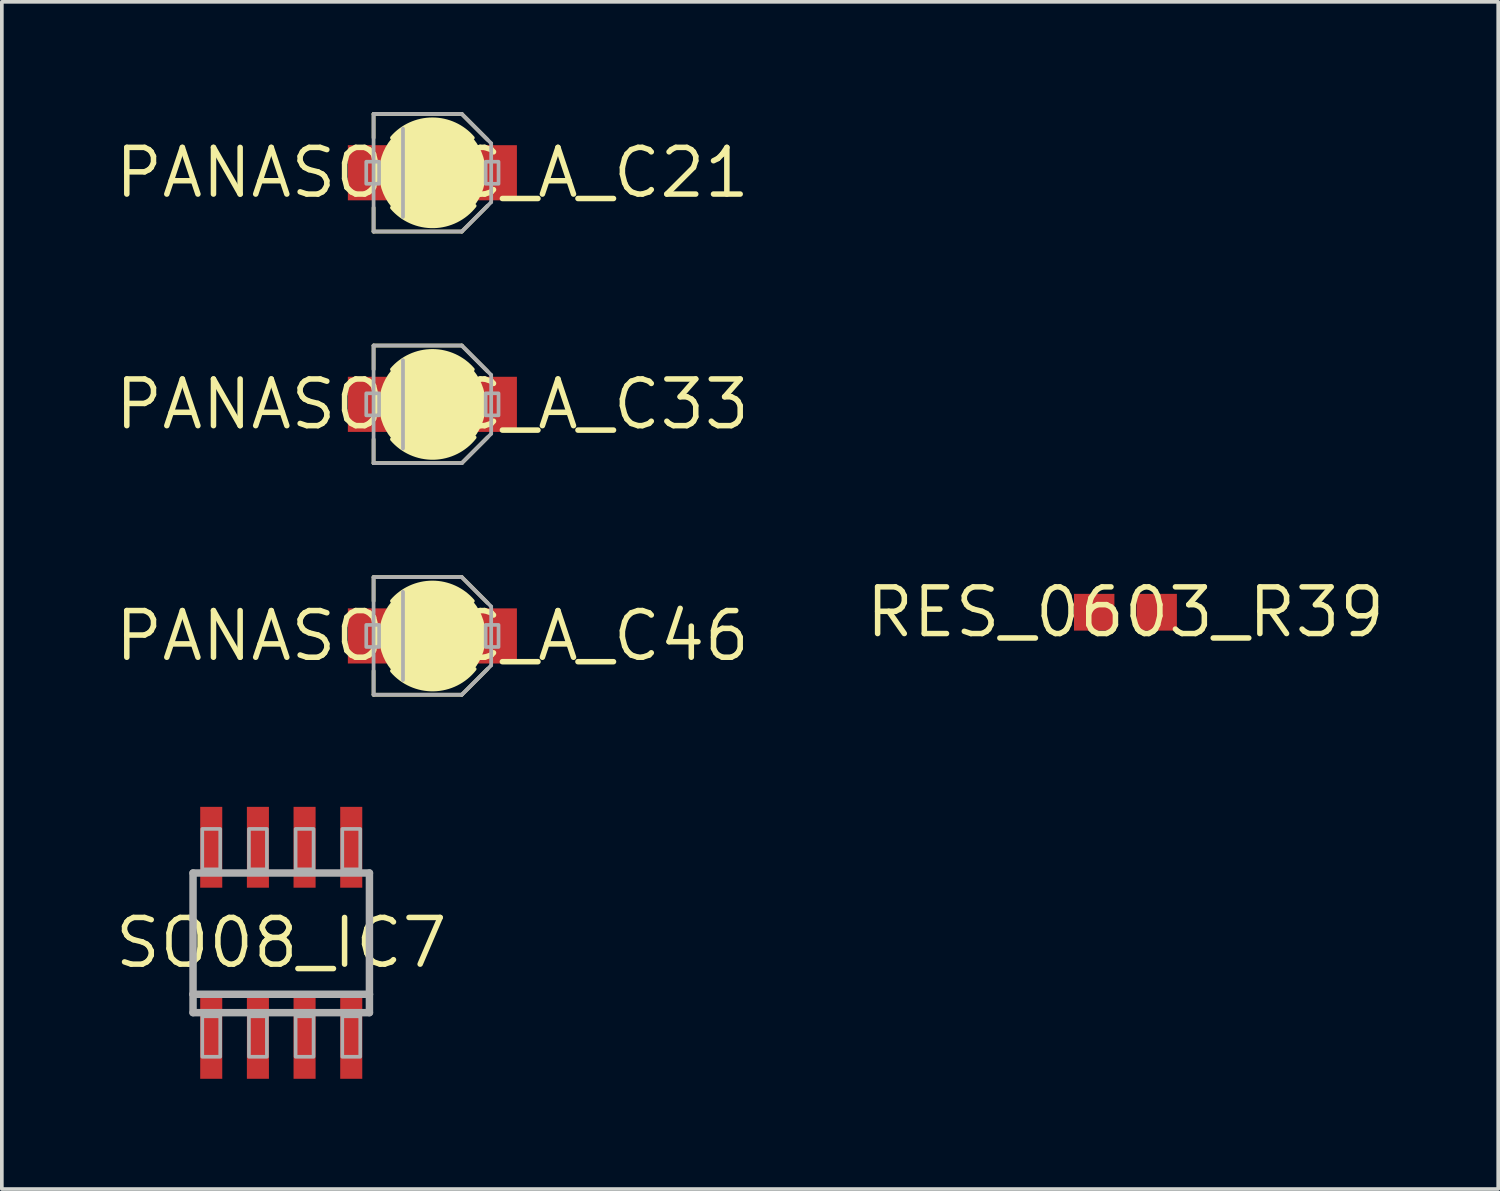
<source format=kicad_pcb>
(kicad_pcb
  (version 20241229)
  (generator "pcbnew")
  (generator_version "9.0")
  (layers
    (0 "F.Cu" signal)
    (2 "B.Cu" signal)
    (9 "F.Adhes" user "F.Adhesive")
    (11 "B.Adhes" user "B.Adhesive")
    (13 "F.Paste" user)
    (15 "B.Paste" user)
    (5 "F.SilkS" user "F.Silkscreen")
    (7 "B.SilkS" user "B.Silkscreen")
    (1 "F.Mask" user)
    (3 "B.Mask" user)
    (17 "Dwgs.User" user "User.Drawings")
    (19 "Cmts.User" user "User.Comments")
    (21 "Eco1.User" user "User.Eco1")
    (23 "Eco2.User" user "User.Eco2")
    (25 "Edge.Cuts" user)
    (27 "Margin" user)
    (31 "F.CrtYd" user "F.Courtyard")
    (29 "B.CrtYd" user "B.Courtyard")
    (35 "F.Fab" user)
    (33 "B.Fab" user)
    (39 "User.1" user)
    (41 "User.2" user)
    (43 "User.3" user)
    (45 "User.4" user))
  (footprint "SO08_IC7"
    (layer "F.Cu")
    (at 4.603 22.606)
    (property "Reference" "SO08_IC7" (at 0 0 0) (layer "F.SilkS") (effects (font (size 1.27 1.27) (thickness 0.15))))
    (fp_poly (pts (xy -2.205 -3.7) (xy -1.605 -3.7) (xy -1.605 -1.5) (xy -2.205 -1.5)) (stroke (width 0) (type default)) (fill yes) (layer "F.Mask"))
    (fp_poly (pts (xy -2.205 1.5) (xy -1.605 1.5) (xy -1.605 3.7) (xy -2.205 3.7)) (stroke (width 0) (type default)) (fill yes) (layer "F.Mask"))
    (fp_poly (pts (xy -0.935 -3.7) (xy -0.335 -3.7) (xy -0.335 -1.5) (xy -0.935 -1.5)) (stroke (width 0) (type default)) (fill yes) (layer "F.Mask"))
    (fp_poly (pts (xy -0.935 1.5) (xy -0.335 1.5) (xy -0.335 3.7) (xy -0.935 3.7)) (stroke (width 0) (type default)) (fill yes) (layer "F.Mask"))
    (fp_poly (pts (xy 0.335 -3.7) (xy 0.935 -3.7) (xy 0.935 -1.5) (xy 0.335 -1.5)) (stroke (width 0) (type default)) (fill yes) (layer "F.Mask"))
    (fp_poly (pts (xy 0.335 1.5) (xy 0.935 1.5) (xy 0.935 3.7) (xy 0.335 3.7)) (stroke (width 0) (type default)) (fill yes) (layer "F.Mask"))
    (fp_poly (pts (xy 1.605 -3.7) (xy 2.205 -3.7) (xy 2.205 -1.5) (xy 1.605 -1.5)) (stroke (width 0) (type default)) (fill yes) (layer "F.Mask"))
    (fp_poly (pts (xy 1.605 1.5) (xy 2.205 1.5) (xy 2.205 3.7) (xy 1.605 3.7)) (stroke (width 0) (type default)) (fill yes) (layer "F.Mask"))
    (fp_poly (pts (xy -2.205 -3.7) (xy -1.605 -3.7) (xy -1.605 -1.5) (xy -2.205 -1.5)) (stroke (width 0) (type default)) (fill yes) (layer "F.Paste"))
    (fp_poly (pts (xy -2.205 1.5) (xy -1.605 1.5) (xy -1.605 3.7) (xy -2.205 3.7)) (stroke (width 0) (type default)) (fill yes) (layer "F.Paste"))
    (fp_poly (pts (xy -0.935 -3.7) (xy -0.335 -3.7) (xy -0.335 -1.5) (xy -0.935 -1.5)) (stroke (width 0) (type default)) (fill yes) (layer "F.Paste"))
    (fp_poly (pts (xy -0.935 1.5) (xy -0.335 1.5) (xy -0.335 3.7) (xy -0.935 3.7)) (stroke (width 0) (type default)) (fill yes) (layer "F.Paste"))
    (fp_poly (pts (xy 0.335 -3.7) (xy 0.935 -3.7) (xy 0.935 -1.5) (xy 0.335 -1.5)) (stroke (width 0) (type default)) (fill yes) (layer "F.Paste"))
    (fp_poly (pts (xy 0.335 1.5) (xy 0.935 1.5) (xy 0.935 3.7) (xy 0.335 3.7)) (stroke (width 0) (type default)) (fill yes) (layer "F.Paste"))
    (fp_poly (pts (xy 1.605 -3.7) (xy 2.205 -3.7) (xy 2.205 -1.5) (xy 1.605 -1.5)) (stroke (width 0) (type default)) (fill yes) (layer "F.Paste"))
    (fp_poly (pts (xy 1.605 1.5) (xy 2.205 1.5) (xy 2.205 3.7) (xy 1.605 3.7)) (stroke (width 0) (type default)) (fill yes) (layer "F.Paste"))
    (fp_line (start -2.4 -1.9) (end 2.4 -1.9) (stroke (width 0.203) (type solid)) (layer "F.Fab"))
    (fp_line (start -2.4 1.4) (end -2.4 -1.9) (stroke (width 0.203) (type solid)) (layer "F.Fab"))
    (fp_line (start -2.4 1.9) (end -2.4 1.4) (stroke (width 0.203) (type solid)) (layer "F.Fab"))
    (fp_line (start 2.4 -1.9) (end 2.4 1.4) (stroke (width 0.203) (type solid)) (layer "F.Fab"))
    (fp_line (start 2.4 1.4) (end -2.4 1.4) (stroke (width 0.203) (type solid)) (layer "F.Fab"))
    (fp_line (start 2.4 1.4) (end 2.4 1.9) (stroke (width 0.203) (type solid)) (layer "F.Fab"))
    (fp_line (start 2.4 1.9) (end -2.4 1.9) (stroke (width 0.203) (type solid)) (layer "F.Fab"))
    (fp_poly (pts (xy -1.66 -3.1) (xy -2.149 -3.1) (xy -2.149 -1.999) (xy -1.66 -1.999)) (stroke (width 0.1) (type default)) (fill no) (layer "F.Fab"))
    (fp_poly (pts (xy -1.66 2) (xy -2.149 2) (xy -2.149 3.101) (xy -1.66 3.101)) (stroke (width 0.1) (type default)) (fill no) (layer "F.Fab"))
    (fp_poly (pts (xy -0.39 -3.1) (xy -0.879 -3.1) (xy -0.879 -1.999) (xy -0.39 -1.999)) (stroke (width 0.1) (type default)) (fill no) (layer "F.Fab"))
    (fp_poly (pts (xy -0.39 2) (xy -0.879 2) (xy -0.879 3.101) (xy -0.39 3.101)) (stroke (width 0.1) (type default)) (fill no) (layer "F.Fab"))
    (fp_poly (pts (xy 0.88 -3.1) (xy 0.391 -3.1) (xy 0.391 -1.999) (xy 0.88 -1.999)) (stroke (width 0.1) (type default)) (fill no) (layer "F.Fab"))
    (fp_poly (pts (xy 0.88 2) (xy 0.391 2) (xy 0.391 3.101) (xy 0.88 3.101)) (stroke (width 0.1) (type default)) (fill no) (layer "F.Fab"))
    (fp_poly (pts (xy 2.15 -3.1) (xy 1.661 -3.1) (xy 1.661 -1.999) (xy 2.15 -1.999)) (stroke (width 0.1) (type default)) (fill no) (layer "F.Fab"))
    (fp_poly (pts (xy 2.15 2) (xy 1.661 2) (xy 1.661 3.101) (xy 2.15 3.101)) (stroke (width 0.1) (type default)) (fill no) (layer "F.Fab"))
    (pad "1" smd rect (at -1.905 2.6) (size 0.6 2.2) (layers "F.Cu"))
    (pad "2" smd rect (at -0.635 2.6) (size 0.6 2.2) (layers "F.Cu"))
    (pad "3" smd rect (at 0.635 2.6) (size 0.6 2.2) (layers "F.Cu"))
    (pad "4" smd rect (at 1.905 2.6) (size 0.6 2.2) (layers "F.Cu"))
    (pad "5" smd rect (at 1.905 -2.6) (size 0.6 2.2) (layers "F.Cu"))
    (pad "6" smd rect (at 0.635 -2.6) (size 0.6 2.2) (layers "F.Cu"))
    (pad "7" smd rect (at -0.635 -2.6) (size 0.6 2.2) (layers "F.Cu"))
    (pad "8" smd rect (at -1.905 -2.6) (size 0.6 2.2) (layers "F.Cu")))
  (footprint "PANASONIC_A_C33"
    (layer "F.Cu")
    (at 8.716 7.953)
    (property "Reference" "PANASONIC_A_C33" (at 0 0 0) (layer "F.SilkS") (effects (font (size 1.27 1.27) (thickness 0.15))))
    (fp_poly (pts (xy -2.3 -0.75) (xy -0.3 -0.75) (xy -0.3 0.75) (xy -2.3 0.75)) (stroke (width 0) (type default)) (fill yes) (layer "F.Mask"))
    (fp_poly (pts (xy 0.3 -0.75) (xy 2.3 -0.75) (xy 2.3 0.75) (xy 0.3 0.75)) (stroke (width 0) (type default)) (fill yes) (layer "F.Mask"))
    (fp_line (start -1.6 -1.6) (end 0.8 -1.6) (stroke (width 0.102) (type solid)) (layer "F.SilkS"))
    (fp_line (start -1.6 -0.95) (end -1.6 -1.6) (stroke (width 0.102) (type solid)) (layer "F.SilkS"))
    (fp_line (start -1.6 1.6) (end -1.6 0.95) (stroke (width 0.102) (type solid)) (layer "F.SilkS"))
    (fp_line (start 0.8 -1.6) (end 1.5 -0.9) (stroke (width 0.102) (type solid)) (layer "F.SilkS"))
    (fp_line (start 0.8 1.6) (end -1.6 1.6) (stroke (width 0.102) (type solid)) (layer "F.SilkS"))
    (fp_line (start 1.5 0.9) (end 0.8 1.6) (stroke (width 0.102) (type solid)) (layer "F.SilkS"))
    (fp_arc (start -1.1 -0.95) (mid 0 -1.453425) (end 1.1 -0.95) (stroke (width 0.102) (type solid)) (layer "F.SilkS"))
    (fp_arc (start 1.15 0.899999) (mid 0.036814 1.456632) (end -1.1 0.95) (stroke (width 0.102) (type solid)) (layer "F.SilkS"))
    (fp_circle (center 0 0) (end 0.725 0) (stroke (width 1.45) (type solid)) (fill yes) (layer "F.SilkS"))
    (fp_poly (pts (xy -2.3 -0.75) (xy -0.3 -0.75) (xy -0.3 0.75) (xy -2.3 0.75)) (stroke (width 0) (type default)) (fill yes) (layer "F.Paste"))
    (fp_poly (pts (xy 0.3 -0.75) (xy 2.3 -0.75) (xy 2.3 0.75) (xy 0.3 0.75)) (stroke (width 0) (type default)) (fill yes) (layer "F.Paste"))
    (fp_line (start -1.6 -1.6) (end 0.8 -1.6) (stroke (width 0.102) (type solid)) (layer "F.Fab"))
    (fp_line (start -1.6 1.6) (end -1.6 -1.6) (stroke (width 0.102) (type solid)) (layer "F.Fab"))
    (fp_line (start -0.8 -1.2) (end -0.8 1.2) (stroke (width 0.102) (type solid)) (layer "F.Fab"))
    (fp_line (start 0.8 -1.6) (end 1.6 -0.8) (stroke (width 0.102) (type solid)) (layer "F.Fab"))
    (fp_line (start 0.8 1.6) (end -1.6 1.6) (stroke (width 0.102) (type solid)) (layer "F.Fab"))
    (fp_line (start 1.6 -0.8) (end 1.6 0.8) (stroke (width 0.102) (type solid)) (layer "F.Fab"))
    (fp_line (start 1.6 0.8) (end 0.8 1.6) (stroke (width 0.102) (type solid)) (layer "F.Fab"))
    (fp_poly (pts (xy -1.45 -0.3) (xy -1.8 -0.3) (xy -1.8 0.3) (xy -1.45 0.3)) (stroke (width 0.1) (type default)) (fill no) (layer "F.Fab"))
    (fp_poly (pts (xy 1.8 -0.3) (xy 1.45 -0.3) (xy 1.45 0.3) (xy 1.8 0.3)) (stroke (width 0.1) (type default)) (fill no) (layer "F.Fab"))
    (pad "+" smd rect (at 1.3 0) (size 2 1.5) (layers "F.Cu"))
    (pad "-" smd rect (at -1.3 0) (size 2 1.5) (layers "F.Cu")))
  (footprint "PANASONIC_A_C21"
    (layer "F.Cu")
    (at 8.716 1.651)
    (property "Reference" "PANASONIC_A_C21" (at 0 0 0) (layer "F.SilkS") (effects (font (size 1.27 1.27) (thickness 0.15))))
    (fp_poly (pts (xy -2.3 -0.75) (xy -0.3 -0.75) (xy -0.3 0.75) (xy -2.3 0.75)) (stroke (width 0) (type default)) (fill yes) (layer "F.Mask"))
    (fp_poly (pts (xy 0.3 -0.75) (xy 2.3 -0.75) (xy 2.3 0.75) (xy 0.3 0.75)) (stroke (width 0) (type default)) (fill yes) (layer "F.Mask"))
    (fp_line (start -1.6 -1.6) (end 0.8 -1.6) (stroke (width 0.102) (type solid)) (layer "F.SilkS"))
    (fp_line (start -1.6 -0.95) (end -1.6 -1.6) (stroke (width 0.102) (type solid)) (layer "F.SilkS"))
    (fp_line (start -1.6 1.6) (end -1.6 0.95) (stroke (width 0.102) (type solid)) (layer "F.SilkS"))
    (fp_line (start 0.8 -1.6) (end 1.5 -0.9) (stroke (width 0.102) (type solid)) (layer "F.SilkS"))
    (fp_line (start 0.8 1.6) (end -1.6 1.6) (stroke (width 0.102) (type solid)) (layer "F.SilkS"))
    (fp_line (start 1.5 0.9) (end 0.8 1.6) (stroke (width 0.102) (type solid)) (layer "F.SilkS"))
    (fp_arc (start -1.1 -0.95) (mid 0 -1.453425) (end 1.1 -0.95) (stroke (width 0.102) (type solid)) (layer "F.SilkS"))
    (fp_arc (start 1.15 0.899999) (mid 0.036814 1.456632) (end -1.1 0.95) (stroke (width 0.102) (type solid)) (layer "F.SilkS"))
    (fp_circle (center 0 0) (end 0.725 0) (stroke (width 1.45) (type solid)) (fill yes) (layer "F.SilkS"))
    (fp_poly (pts (xy -2.3 -0.75) (xy -0.3 -0.75) (xy -0.3 0.75) (xy -2.3 0.75)) (stroke (width 0) (type default)) (fill yes) (layer "F.Paste"))
    (fp_poly (pts (xy 0.3 -0.75) (xy 2.3 -0.75) (xy 2.3 0.75) (xy 0.3 0.75)) (stroke (width 0) (type default)) (fill yes) (layer "F.Paste"))
    (fp_line (start -1.6 -1.6) (end 0.8 -1.6) (stroke (width 0.102) (type solid)) (layer "F.Fab"))
    (fp_line (start -1.6 1.6) (end -1.6 -1.6) (stroke (width 0.102) (type solid)) (layer "F.Fab"))
    (fp_line (start -0.8 -1.2) (end -0.8 1.2) (stroke (width 0.102) (type solid)) (layer "F.Fab"))
    (fp_line (start 0.8 -1.6) (end 1.6 -0.8) (stroke (width 0.102) (type solid)) (layer "F.Fab"))
    (fp_line (start 0.8 1.6) (end -1.6 1.6) (stroke (width 0.102) (type solid)) (layer "F.Fab"))
    (fp_line (start 1.6 -0.8) (end 1.6 0.8) (stroke (width 0.102) (type solid)) (layer "F.Fab"))
    (fp_line (start 1.6 0.8) (end 0.8 1.6) (stroke (width 0.102) (type solid)) (layer "F.Fab"))
    (fp_poly (pts (xy -1.45 -0.3) (xy -1.8 -0.3) (xy -1.8 0.3) (xy -1.45 0.3)) (stroke (width 0.1) (type default)) (fill no) (layer "F.Fab"))
    (fp_poly (pts (xy 1.8 -0.3) (xy 1.45 -0.3) (xy 1.45 0.3) (xy 1.8 0.3)) (stroke (width 0.1) (type default)) (fill no) (layer "F.Fab"))
    (pad "+" smd rect (at 1.3 0) (size 2 1.5) (layers "F.Cu"))
    (pad "-" smd rect (at -1.3 0) (size 2 1.5) (layers "F.Cu")))
  (footprint "RES_0603_R39"
    (layer "F.Cu")
    (at 27.575 13.61)
    (property "Reference" "RES_0603_R39" (at 0 0 0) (layer "F.SilkS") (effects (font (size 1.27 1.27) (thickness 0.15))))
    (fp_poly (pts (xy -1.4 0.5) (xy -1.4 -0.5) (xy -0.3 -0.5) (xy -0.3 0.5)) (stroke (width 0) (type default)) (fill yes) (layer "F.Mask"))
    (fp_poly (pts (xy 0.3 0.5) (xy 0.3 -0.5) (xy 1.4 -0.5) (xy 1.4 0.5)) (stroke (width 0) (type default)) (fill yes) (layer "F.Mask"))
    (fp_poly (pts (xy -1.4 0.5) (xy -1.4 -0.5) (xy -0.3 -0.5) (xy -0.3 0.5)) (stroke (width 0) (type default)) (fill yes) (layer "F.Paste"))
    (fp_poly (pts (xy 0.3 0.5) (xy 0.3 -0.5) (xy 1.4 -0.5) (xy 1.4 0.5)) (stroke (width 0) (type default)) (fill yes) (layer "F.Paste"))
    (pad "1" smd rect (at -0.85 0 90) (size 1 1.1) (layers "F.Cu"))
    (pad "2" smd rect (at 0.85 0 90) (size 1 1.1) (layers "F.Cu")))
  (footprint "PANASONIC_A_C46"
    (layer "F.Cu")
    (at 8.716 14.255)
    (property "Reference" "PANASONIC_A_C46" (at 0 0 0) (layer "F.SilkS") (effects (font (size 1.27 1.27) (thickness 0.15))))
    (fp_poly (pts (xy -2.3 -0.75) (xy -0.3 -0.75) (xy -0.3 0.75) (xy -2.3 0.75)) (stroke (width 0) (type default)) (fill yes) (layer "F.Mask"))
    (fp_poly (pts (xy 0.3 -0.75) (xy 2.3 -0.75) (xy 2.3 0.75) (xy 0.3 0.75)) (stroke (width 0) (type default)) (fill yes) (layer "F.Mask"))
    (fp_line (start -1.6 -1.6) (end 0.8 -1.6) (stroke (width 0.102) (type solid)) (layer "F.SilkS"))
    (fp_line (start -1.6 -0.95) (end -1.6 -1.6) (stroke (width 0.102) (type solid)) (layer "F.SilkS"))
    (fp_line (start -1.6 1.6) (end -1.6 0.95) (stroke (width 0.102) (type solid)) (layer "F.SilkS"))
    (fp_line (start 0.8 -1.6) (end 1.5 -0.9) (stroke (width 0.102) (type solid)) (layer "F.SilkS"))
    (fp_line (start 0.8 1.6) (end -1.6 1.6) (stroke (width 0.102) (type solid)) (layer "F.SilkS"))
    (fp_line (start 1.5 0.9) (end 0.8 1.6) (stroke (width 0.102) (type solid)) (layer "F.SilkS"))
    (fp_arc (start -1.1 -0.95) (mid 0 -1.453425) (end 1.1 -0.95) (stroke (width 0.102) (type solid)) (layer "F.SilkS"))
    (fp_arc (start 1.15 0.899999) (mid 0.036814 1.456632) (end -1.1 0.95) (stroke (width 0.102) (type solid)) (layer "F.SilkS"))
    (fp_circle (center 0 0) (end 0.725 0) (stroke (width 1.45) (type solid)) (fill yes) (layer "F.SilkS"))
    (fp_poly (pts (xy -2.3 -0.75) (xy -0.3 -0.75) (xy -0.3 0.75) (xy -2.3 0.75)) (stroke (width 0) (type default)) (fill yes) (layer "F.Paste"))
    (fp_poly (pts (xy 0.3 -0.75) (xy 2.3 -0.75) (xy 2.3 0.75) (xy 0.3 0.75)) (stroke (width 0) (type default)) (fill yes) (layer "F.Paste"))
    (fp_line (start -1.6 -1.6) (end 0.8 -1.6) (stroke (width 0.102) (type solid)) (layer "F.Fab"))
    (fp_line (start -1.6 1.6) (end -1.6 -1.6) (stroke (width 0.102) (type solid)) (layer "F.Fab"))
    (fp_line (start -0.8 -1.2) (end -0.8 1.2) (stroke (width 0.102) (type solid)) (layer "F.Fab"))
    (fp_line (start 0.8 -1.6) (end 1.6 -0.8) (stroke (width 0.102) (type solid)) (layer "F.Fab"))
    (fp_line (start 0.8 1.6) (end -1.6 1.6) (stroke (width 0.102) (type solid)) (layer "F.Fab"))
    (fp_line (start 1.6 -0.8) (end 1.6 0.8) (stroke (width 0.102) (type solid)) (layer "F.Fab"))
    (fp_line (start 1.6 0.8) (end 0.8 1.6) (stroke (width 0.102) (type solid)) (layer "F.Fab"))
    (fp_poly (pts (xy -1.45 -0.3) (xy -1.8 -0.3) (xy -1.8 0.3) (xy -1.45 0.3)) (stroke (width 0.1) (type default)) (fill no) (layer "F.Fab"))
    (fp_poly (pts (xy 1.8 -0.3) (xy 1.45 -0.3) (xy 1.45 0.3) (xy 1.8 0.3)) (stroke (width 0.1) (type default)) (fill no) (layer "F.Fab"))
    (pad "+" smd rect (at 1.3 0) (size 2 1.5) (layers "F.Cu"))
    (pad "-" smd rect (at -1.3 0) (size 2 1.5) (layers "F.Cu")))
  (gr_rect
    (start -3 -3)
    (end 37.719 29.306)
    (stroke (width 0.1) (type default))
    (fill no)
    (layer "Edge.Cuts")))
</source>
